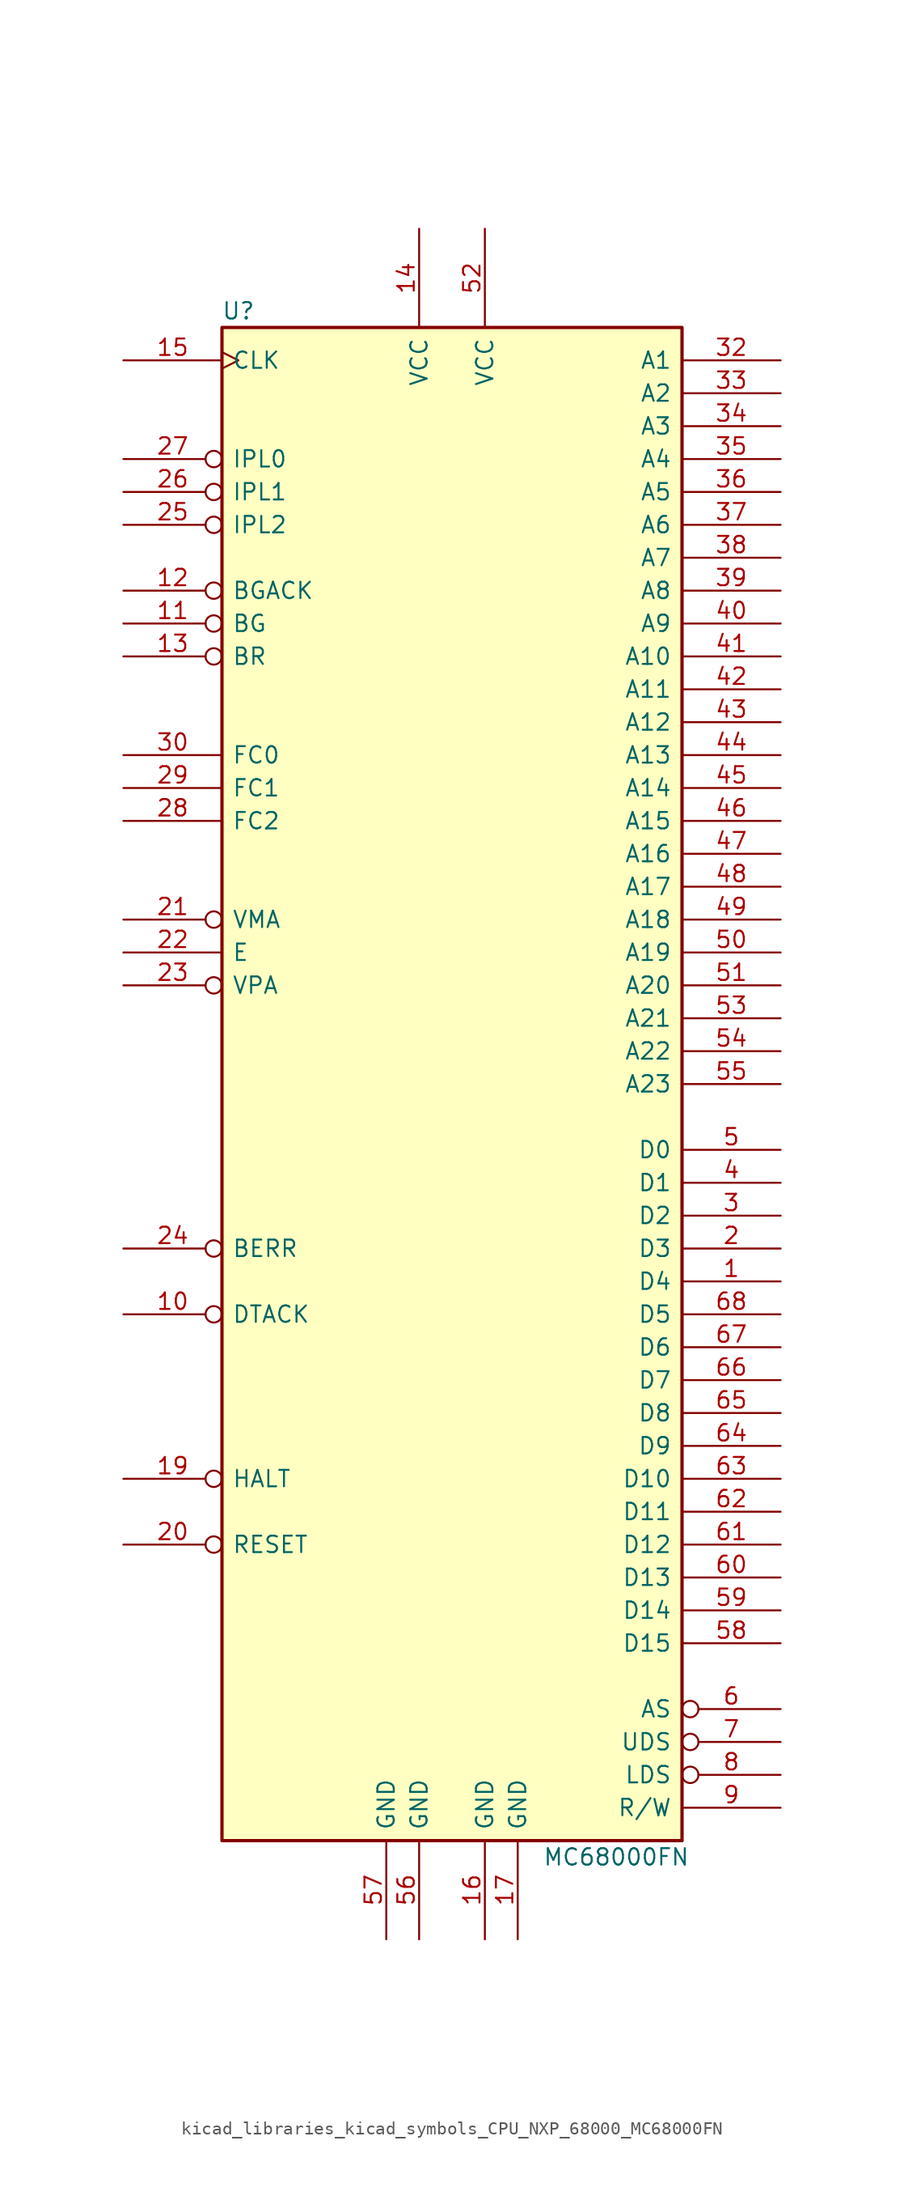
<source format=kicad_sym>
(kicad_symbol_lib
  (version 20220914)
  (generator kicad_symbol_editor)
  (symbol "kicad_libraries_kicad_symbols_CPU_NXP_68000_MC68000FN"
    (pin_names
      (offset 0.762))
    (property "Reference" "U"
      (at -16.51 59.69 0)
      (effects (font (size 1.27 1.27))))
    (property "Value" "MC68000FN"
      (at 12.7 -59.69 0)
      (effects (font (size 1.27 1.27))))
    (symbol "kicad_libraries_kicad_symbols_CPU_NXP_68000_MC68000FN_0_1"
      (rectangle (start -17.78 58.42) (end 17.78 -58.42) (stroke (width 0.254) (type default)) (fill (type background))))
    (symbol "kicad_libraries_kicad_symbols_CPU_NXP_68000_MC68000FN_1_1"
      (pin bidirectional line (at 25.4 -15.24 180) (length 7.62) (name "D4" (effects (font (size 1.27 1.27)))) (number "1" (effects (font (size 1.27 1.27)))))
      (pin input inverted (at -25.4 -17.78 0) (length 7.62) (name "DTACK" (effects (font (size 1.27 1.27)))) (number "10" (effects (font (size 1.27 1.27)))))
      (pin output inverted (at -25.4 35.56 0) (length 7.62) (name "BG" (effects (font (size 1.27 1.27)))) (number "11" (effects (font (size 1.27 1.27)))))
      (pin input inverted (at -25.4 38.1 0) (length 7.62) (name "BGACK" (effects (font (size 1.27 1.27)))) (number "12" (effects (font (size 1.27 1.27)))))
      (pin input inverted (at -25.4 33.02 0) (length 7.62) (name "BR" (effects (font (size 1.27 1.27)))) (number "13" (effects (font (size 1.27 1.27)))))
      (pin power_in line (at -2.54 66.04 270) (length 7.62) (name "VCC" (effects (font (size 1.27 1.27)))) (number "14" (effects (font (size 1.27 1.27)))))
      (pin input clock (at -25.4 55.88 0) (length 7.62) (name "CLK" (effects (font (size 1.27 1.27)))) (number "15" (effects (font (size 1.27 1.27)))))
      (pin power_in line (at 2.54 -66.04 90) (length 7.62) (name "GND" (effects (font (size 1.27 1.27)))) (number "16" (effects (font (size 1.27 1.27)))))
      (pin power_in line (at 5.08 -66.04 90) (length 7.62) (name "GND" (effects (font (size 1.27 1.27)))) (number "17" (effects (font (size 1.27 1.27)))))
      (pin no_connect line (at -17.78 -45.72 0) (length 0) hide (name "NC" (effects (font (size 1.27 1.27)))) (number "18" (effects (font (size 1.27 1.27)))))
      (pin bidirectional inverted (at -25.4 -30.48 0) (length 7.62) (name "HALT" (effects (font (size 1.27 1.27)))) (number "19" (effects (font (size 1.27 1.27)))))
      (pin bidirectional line (at 25.4 -12.7 180) (length 7.62) (name "D3" (effects (font (size 1.27 1.27)))) (number "2" (effects (font (size 1.27 1.27)))))
      (pin input inverted (at -25.4 -35.56 0) (length 7.62) (name "RESET" (effects (font (size 1.27 1.27)))) (number "20" (effects (font (size 1.27 1.27)))))
      (pin output inverted (at -25.4 12.7 0) (length 7.62) (name "VMA" (effects (font (size 1.27 1.27)))) (number "21" (effects (font (size 1.27 1.27)))))
      (pin output line (at -25.4 10.16 0) (length 7.62) (name "E" (effects (font (size 1.27 1.27)))) (number "22" (effects (font (size 1.27 1.27)))))
      (pin input inverted (at -25.4 7.62 0) (length 7.62) (name "VPA" (effects (font (size 1.27 1.27)))) (number "23" (effects (font (size 1.27 1.27)))))
      (pin input inverted (at -25.4 -12.7 0) (length 7.62) (name "BERR" (effects (font (size 1.27 1.27)))) (number "24" (effects (font (size 1.27 1.27)))))
      (pin input inverted (at -25.4 43.18 0) (length 7.62) (name "IPL2" (effects (font (size 1.27 1.27)))) (number "25" (effects (font (size 1.27 1.27)))))
      (pin input inverted (at -25.4 45.72 0) (length 7.62) (name "IPL1" (effects (font (size 1.27 1.27)))) (number "26" (effects (font (size 1.27 1.27)))))
      (pin input inverted (at -25.4 48.26 0) (length 7.62) (name "IPL0" (effects (font (size 1.27 1.27)))) (number "27" (effects (font (size 1.27 1.27)))))
      (pin output line (at -25.4 20.32 0) (length 7.62) (name "FC2" (effects (font (size 1.27 1.27)))) (number "28" (effects (font (size 1.27 1.27)))))
      (pin output line (at -25.4 22.86 0) (length 7.62) (name "FC1" (effects (font (size 1.27 1.27)))) (number "29" (effects (font (size 1.27 1.27)))))
      (pin bidirectional line (at 25.4 -10.16 180) (length 7.62) (name "D2" (effects (font (size 1.27 1.27)))) (number "3" (effects (font (size 1.27 1.27)))))
      (pin output line (at -25.4 25.4 0) (length 7.62) (name "FC0" (effects (font (size 1.27 1.27)))) (number "30" (effects (font (size 1.27 1.27)))))
      (pin no_connect line (at -17.78 -48.26 0) (length 0) hide (name "NC" (effects (font (size 1.27 1.27)))) (number "31" (effects (font (size 1.27 1.27)))))
      (pin output line (at 25.4 55.88 180) (length 7.62) (name "A1" (effects (font (size 1.27 1.27)))) (number "32" (effects (font (size 1.27 1.27)))))
      (pin output line (at 25.4 53.34 180) (length 7.62) (name "A2" (effects (font (size 1.27 1.27)))) (number "33" (effects (font (size 1.27 1.27)))))
      (pin output line (at 25.4 50.8 180) (length 7.62) (name "A3" (effects (font (size 1.27 1.27)))) (number "34" (effects (font (size 1.27 1.27)))))
      (pin output line (at 25.4 48.26 180) (length 7.62) (name "A4" (effects (font (size 1.27 1.27)))) (number "35" (effects (font (size 1.27 1.27)))))
      (pin output line (at 25.4 45.72 180) (length 7.62) (name "A5" (effects (font (size 1.27 1.27)))) (number "36" (effects (font (size 1.27 1.27)))))
      (pin output line (at 25.4 43.18 180) (length 7.62) (name "A6" (effects (font (size 1.27 1.27)))) (number "37" (effects (font (size 1.27 1.27)))))
      (pin output line (at 25.4 40.64 180) (length 7.62) (name "A7" (effects (font (size 1.27 1.27)))) (number "38" (effects (font (size 1.27 1.27)))))
      (pin output line (at 25.4 38.1 180) (length 7.62) (name "A8" (effects (font (size 1.27 1.27)))) (number "39" (effects (font (size 1.27 1.27)))))
      (pin bidirectional line (at 25.4 -7.62 180) (length 7.62) (name "D1" (effects (font (size 1.27 1.27)))) (number "4" (effects (font (size 1.27 1.27)))))
      (pin output line (at 25.4 35.56 180) (length 7.62) (name "A9" (effects (font (size 1.27 1.27)))) (number "40" (effects (font (size 1.27 1.27)))))
      (pin output line (at 25.4 33.02 180) (length 7.62) (name "A10" (effects (font (size 1.27 1.27)))) (number "41" (effects (font (size 1.27 1.27)))))
      (pin output line (at 25.4 30.48 180) (length 7.62) (name "A11" (effects (font (size 1.27 1.27)))) (number "42" (effects (font (size 1.27 1.27)))))
      (pin output line (at 25.4 27.94 180) (length 7.62) (name "A12" (effects (font (size 1.27 1.27)))) (number "43" (effects (font (size 1.27 1.27)))))
      (pin output line (at 25.4 25.4 180) (length 7.62) (name "A13" (effects (font (size 1.27 1.27)))) (number "44" (effects (font (size 1.27 1.27)))))
      (pin output line (at 25.4 22.86 180) (length 7.62) (name "A14" (effects (font (size 1.27 1.27)))) (number "45" (effects (font (size 1.27 1.27)))))
      (pin output line (at 25.4 20.32 180) (length 7.62) (name "A15" (effects (font (size 1.27 1.27)))) (number "46" (effects (font (size 1.27 1.27)))))
      (pin output line (at 25.4 17.78 180) (length 7.62) (name "A16" (effects (font (size 1.27 1.27)))) (number "47" (effects (font (size 1.27 1.27)))))
      (pin output line (at 25.4 15.24 180) (length 7.62) (name "A17" (effects (font (size 1.27 1.27)))) (number "48" (effects (font (size 1.27 1.27)))))
      (pin output line (at 25.4 12.7 180) (length 7.62) (name "A18" (effects (font (size 1.27 1.27)))) (number "49" (effects (font (size 1.27 1.27)))))
      (pin bidirectional line (at 25.4 -5.08 180) (length 7.62) (name "D0" (effects (font (size 1.27 1.27)))) (number "5" (effects (font (size 1.27 1.27)))))
      (pin output line (at 25.4 10.16 180) (length 7.62) (name "A19" (effects (font (size 1.27 1.27)))) (number "50" (effects (font (size 1.27 1.27)))))
      (pin output line (at 25.4 7.62 180) (length 7.62) (name "A20" (effects (font (size 1.27 1.27)))) (number "51" (effects (font (size 1.27 1.27)))))
      (pin power_in line (at 2.54 66.04 270) (length 7.62) (name "VCC" (effects (font (size 1.27 1.27)))) (number "52" (effects (font (size 1.27 1.27)))))
      (pin output line (at 25.4 5.08 180) (length 7.62) (name "A21" (effects (font (size 1.27 1.27)))) (number "53" (effects (font (size 1.27 1.27)))))
      (pin output line (at 25.4 2.54 180) (length 7.62) (name "A22" (effects (font (size 1.27 1.27)))) (number "54" (effects (font (size 1.27 1.27)))))
      (pin output line (at 25.4 0 180) (length 7.62) (name "A23" (effects (font (size 1.27 1.27)))) (number "55" (effects (font (size 1.27 1.27)))))
      (pin power_in line (at -2.54 -66.04 90) (length 7.62) (name "GND" (effects (font (size 1.27 1.27)))) (number "56" (effects (font (size 1.27 1.27)))))
      (pin power_in line (at -5.08 -66.04 90) (length 7.62) (name "GND" (effects (font (size 1.27 1.27)))) (number "57" (effects (font (size 1.27 1.27)))))
      (pin bidirectional line (at 25.4 -43.18 180) (length 7.62) (name "D15" (effects (font (size 1.27 1.27)))) (number "58" (effects (font (size 1.27 1.27)))))
      (pin bidirectional line (at 25.4 -40.64 180) (length 7.62) (name "D14" (effects (font (size 1.27 1.27)))) (number "59" (effects (font (size 1.27 1.27)))))
      (pin output inverted (at 25.4 -48.26 180) (length 7.62) (name "AS" (effects (font (size 1.27 1.27)))) (number "6" (effects (font (size 1.27 1.27)))))
      (pin bidirectional line (at 25.4 -38.1 180) (length 7.62) (name "D13" (effects (font (size 1.27 1.27)))) (number "60" (effects (font (size 1.27 1.27)))))
      (pin bidirectional line (at 25.4 -35.56 180) (length 7.62) (name "D12" (effects (font (size 1.27 1.27)))) (number "61" (effects (font (size 1.27 1.27)))))
      (pin bidirectional line (at 25.4 -33.02 180) (length 7.62) (name "D11" (effects (font (size 1.27 1.27)))) (number "62" (effects (font (size 1.27 1.27)))))
      (pin bidirectional line (at 25.4 -30.48 180) (length 7.62) (name "D10" (effects (font (size 1.27 1.27)))) (number "63" (effects (font (size 1.27 1.27)))))
      (pin bidirectional line (at 25.4 -27.94 180) (length 7.62) (name "D9" (effects (font (size 1.27 1.27)))) (number "64" (effects (font (size 1.27 1.27)))))
      (pin bidirectional line (at 25.4 -25.4 180) (length 7.62) (name "D8" (effects (font (size 1.27 1.27)))) (number "65" (effects (font (size 1.27 1.27)))))
      (pin bidirectional line (at 25.4 -22.86 180) (length 7.62) (name "D7" (effects (font (size 1.27 1.27)))) (number "66" (effects (font (size 1.27 1.27)))))
      (pin bidirectional line (at 25.4 -20.32 180) (length 7.62) (name "D6" (effects (font (size 1.27 1.27)))) (number "67" (effects (font (size 1.27 1.27)))))
      (pin bidirectional line (at 25.4 -17.78 180) (length 7.62) (name "D5" (effects (font (size 1.27 1.27)))) (number "68" (effects (font (size 1.27 1.27)))))
      (pin output inverted (at 25.4 -50.8 180) (length 7.62) (name "UDS" (effects (font (size 1.27 1.27)))) (number "7" (effects (font (size 1.27 1.27)))))
      (pin output inverted (at 25.4 -53.34 180) (length 7.62) (name "LDS" (effects (font (size 1.27 1.27)))) (number "8" (effects (font (size 1.27 1.27)))))
      (pin output line (at 25.4 -55.88 180) (length 7.62) (name "R/W" (effects (font (size 1.27 1.27)))) (number "9" (effects (font (size 1.27 1.27))))))))
</source>
